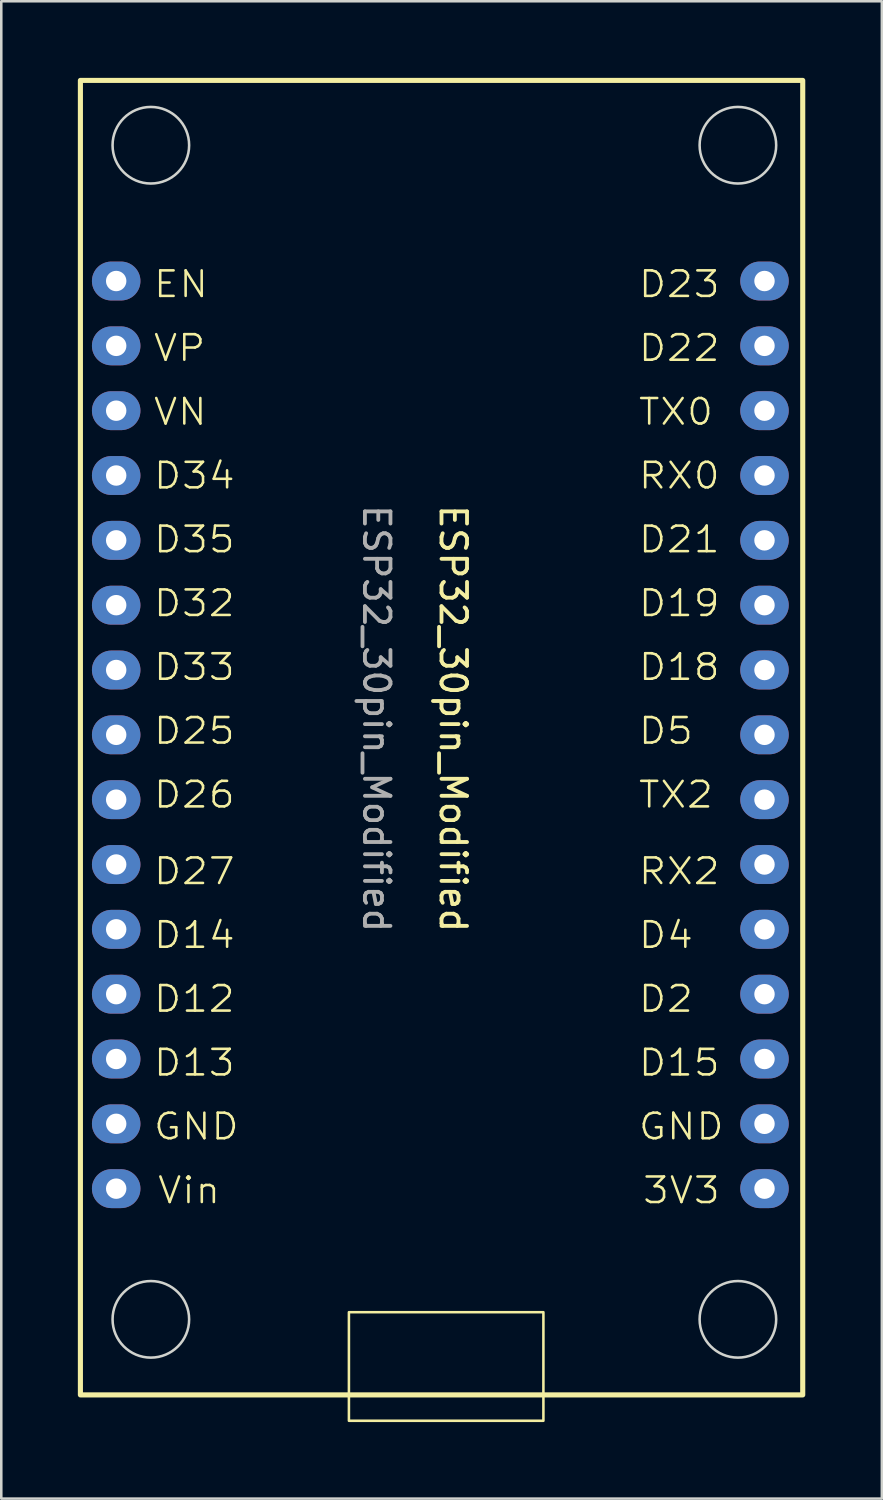
<source format=kicad_pcb>
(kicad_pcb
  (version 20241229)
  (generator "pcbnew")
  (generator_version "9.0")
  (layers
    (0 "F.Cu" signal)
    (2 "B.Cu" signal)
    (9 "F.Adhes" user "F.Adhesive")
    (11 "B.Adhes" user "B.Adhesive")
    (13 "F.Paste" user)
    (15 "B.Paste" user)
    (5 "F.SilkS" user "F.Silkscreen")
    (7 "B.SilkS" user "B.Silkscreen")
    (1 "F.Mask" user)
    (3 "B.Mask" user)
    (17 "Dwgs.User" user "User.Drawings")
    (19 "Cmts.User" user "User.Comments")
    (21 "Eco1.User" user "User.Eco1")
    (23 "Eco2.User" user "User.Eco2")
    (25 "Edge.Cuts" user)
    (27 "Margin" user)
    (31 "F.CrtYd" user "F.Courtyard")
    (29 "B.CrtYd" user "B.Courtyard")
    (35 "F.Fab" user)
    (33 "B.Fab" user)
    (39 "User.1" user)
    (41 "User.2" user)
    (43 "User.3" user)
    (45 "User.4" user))
  (footprint "ESP32_30pin_Modified"
    (layer "F.Cu")
    (at 13.9 25.67)
    (property "Reference" "ESP32_30pin_Modified" (at 0.802 -0.565 270) (unlocked yes) (layer "F.SilkS") (effects (font (size 1 1) (thickness 0.15))))
    (fp_rect (start -13.8 -25.57) (end 14.5 25.93) (stroke (width 0.2) (type default)) (fill no) (layer "F.SilkS"))
    (fp_rect (start -3.28 22.69) (end 4.34 26.944) (stroke (width 0.1) (type default)) (fill no) (layer "F.SilkS"))
    (fp_circle (center -11.04 -23.03) (end -11.04 -21.53) (stroke (width 0.1) (type default)) (fill no) (layer "Edge.Cuts"))
    (fp_circle (center -11.04 22.97) (end -11.04 24.47) (stroke (width 0.1) (type default)) (fill no) (layer "Edge.Cuts"))
    (fp_circle (center 11.96 -23.03) (end 11.96 -21.53) (stroke (width 0.1) (type default)) (fill no) (layer "Edge.Cuts"))
    (fp_circle (center 11.96 22.97) (end 11.96 24.47) (stroke (width 0.1) (type default)) (fill no) (layer "Edge.Cuts"))
    (fp_text user "D23" (at 8 -17 0) (unlocked yes) (layer "F.SilkS") (effects (font (size 1 1.1) (thickness 0.1)) (justify left bottom)))
    (fp_text user "VP" (at -11 -14.5 0) (unlocked yes) (layer "F.SilkS") (effects (font (size 1 1.1) (thickness 0.1)) (justify left bottom)))
    (fp_text user "D32" (at -11 -4.5 0) (unlocked yes) (layer "F.SilkS") (effects (font (size 1 1.1) (thickness 0.1)) (justify left bottom)))
    (fp_text user "D35" (at -11 -7 0) (unlocked yes) (layer "F.SilkS") (effects (font (size 1 1.1) (thickness 0.1)) (justify left bottom)))
    (fp_text user "D21" (at 8 -7 0) (unlocked yes) (layer "F.SilkS") (effects (font (size 1 1.1) (thickness 0.1)) (justify left bottom)))
    (fp_text user "D14" (at -11 8.5 0) (unlocked yes) (layer "F.SilkS") (effects (font (size 1 1.1) (thickness 0.1)) (justify left bottom)))
    (fp_text user "RX0" (at 8 -9.5 0) (unlocked yes) (layer "F.SilkS") (effects (font (size 1 1.1) (thickness 0.1)) (justify left bottom)))
    (fp_text user "D25" (at -11 0.5 0) (unlocked yes) (layer "F.SilkS") (effects (font (size 1 1.1) (thickness 0.1)) (justify left bottom)))
    (fp_text user "D5" (at 8 0.5 0) (unlocked yes) (layer "F.SilkS") (effects (font (size 1 1.1) (thickness 0.1)) (justify left bottom)))
    (fp_text user "D26" (at -11 3 0) (unlocked yes) (layer "F.SilkS") (effects (font (size 1 1.1) (thickness 0.1)) (justify left bottom)))
    (fp_text user "D27" (at -11 6 0) (unlocked yes) (layer "F.SilkS") (effects (font (size 1 1.1) (thickness 0.1)) (justify left bottom)))
    (fp_text user "D12" (at -11 11 0) (unlocked yes) (layer "F.SilkS") (effects (font (size 1 1.1) (thickness 0.1)) (justify left bottom)))
    (fp_text user "Vin" (at -10.838 18.5 0) (unlocked yes) (layer "F.SilkS") (effects (font (size 1 1.1) (thickness 0.1)) (justify left bottom)))
    (fp_text user "D2" (at 8 11 0) (unlocked yes) (layer "F.SilkS") (effects (font (size 1 1.1) (thickness 0.1)) (justify left bottom)))
    (fp_text user "D4" (at 8 8.5 0) (unlocked yes) (layer "F.SilkS") (effects (font (size 1 1.1) (thickness 0.1)) (justify left bottom)))
    (fp_text user "VN" (at -11 -12 0) (unlocked yes) (layer "F.SilkS") (effects (font (size 1 1.1) (thickness 0.1)) (justify left bottom)))
    (fp_text user "RX2" (at 8 6 0) (unlocked yes) (layer "F.SilkS") (effects (font (size 1 1.1) (thickness 0.1)) (justify left bottom)))
    (fp_text user "D13" (at -11 13.5 0) (unlocked yes) (layer "F.SilkS") (effects (font (size 1 1.1) (thickness 0.1)) (justify left bottom)))
    (fp_text user "D33" (at -11 -2 0) (unlocked yes) (layer "F.SilkS") (effects (font (size 1 1.1) (thickness 0.1)) (justify left bottom)))
    (fp_text user "D34" (at -11 -9.5 0) (unlocked yes) (layer "F.SilkS") (effects (font (size 1 1.1) (thickness 0.1)) (justify left bottom)))
    (fp_text user "D15" (at 8 13.5 0) (unlocked yes) (layer "F.SilkS") (effects (font (size 1 1.1) (thickness 0.1)) (justify left bottom)))
    (fp_text user "D18" (at 8 -2 0) (unlocked yes) (layer "F.SilkS") (effects (font (size 1 1.1) (thickness 0.1)) (justify left bottom)))
    (fp_text user "GND" (at 8 16 0) (unlocked yes) (layer "F.SilkS") (effects (font (size 1 1.1) (thickness 0.1)) (justify left bottom)))
    (fp_text user "GND" (at -11 16 0) (unlocked yes) (layer "F.SilkS") (effects (font (size 1 1.1) (thickness 0.1)) (justify left bottom)))
    (fp_text user "3V3" (at 8.162 18.5 0) (unlocked yes) (layer "F.SilkS") (effects (font (size 1 1.1) (thickness 0.1)) (justify left bottom)))
    (fp_text user "TX2" (at 8 3 0) (unlocked yes) (layer "F.SilkS") (effects (font (size 1 1.1) (thickness 0.1)) (justify left bottom)))
    (fp_text user "EN" (at -11 -17 0) (unlocked yes) (layer "F.SilkS") (effects (font (size 1 1.1) (thickness 0.1)) (justify left bottom)))
    (fp_text user "D22" (at 8 -14.5 0) (unlocked yes) (layer "F.SilkS") (effects (font (size 1 1.1) (thickness 0.1)) (justify left bottom)))
    (fp_text user "D19" (at 8 -4.5 0) (unlocked yes) (layer "F.SilkS") (effects (font (size 1 1.1) (thickness 0.1)) (justify left bottom)))
    (fp_text user "TX0" (at 8 -12 0) (unlocked yes) (layer "F.SilkS") (effects (font (size 1 1.1) (thickness 0.1)) (justify left bottom)))
    (fp_text user "${REFERENCE}" (at -2.198 -0.565 270) (unlocked yes) (layer "F.Fab") (effects (font (size 1 1) (thickness 0.15))))
    (pad "1" thru_hole oval (at -12.398 17.85 270) (size 1.524 1.9) (drill 0.8) (layers "*.Cu" "*.Mask"))
    (pad "2" thru_hole oval (at -12.398 15.31 270) (size 1.524 1.9) (drill 0.8) (layers "*.Cu" "*.Mask"))
    (pad "3" thru_hole oval (at -12.398 12.77 270) (size 1.524 1.9) (drill 0.8) (layers "*.Cu" "*.Mask"))
    (pad "4" thru_hole oval (at -12.398 10.23 270) (size 1.524 1.9) (drill 0.8) (layers "*.Cu" "*.Mask"))
    (pad "5" thru_hole oval (at -12.398 7.69 270) (size 1.524 1.9) (drill 0.8) (layers "*.Cu" "*.Mask"))
    (pad "6" thru_hole oval (at -12.398 5.15 270) (size 1.524 1.9) (drill 0.8) (layers "*.Cu" "*.Mask"))
    (pad "7" thru_hole oval (at -12.398 2.61 270) (size 1.524 1.9) (drill 0.8) (layers "*.Cu" "*.Mask"))
    (pad "8" thru_hole oval (at -12.398 0.07 270) (size 1.524 1.9) (drill 0.8) (layers "*.Cu" "*.Mask"))
    (pad "9" thru_hole oval (at -12.398 -2.47 270) (size 1.524 1.9) (drill 0.8) (layers "*.Cu" "*.Mask"))
    (pad "10" thru_hole oval (at -12.398 -5.01 270) (size 1.524 1.9) (drill 0.8) (layers "*.Cu" "*.Mask"))
    (pad "11" thru_hole oval (at -12.398 -7.55 270) (size 1.524 1.9) (drill 0.8) (layers "*.Cu" "*.Mask"))
    (pad "12" thru_hole oval (at -12.398 -10.09 270) (size 1.524 1.9) (drill 0.8) (layers "*.Cu" "*.Mask"))
    (pad "13" thru_hole oval (at -12.398 -12.63 270) (size 1.524 1.9) (drill 0.8) (layers "*.Cu" "*.Mask"))
    (pad "14" thru_hole oval (at -12.398 -15.17 270) (size 1.524 1.9) (drill 0.8) (layers "*.Cu" "*.Mask"))
    (pad "15" thru_hole oval (at -12.398 -17.71 270) (size 1.524 1.9) (drill 0.8) (layers "*.Cu" "*.Mask"))
    (pad "16" thru_hole oval (at 13.002 17.85 270) (size 1.524 1.9) (drill 0.8) (layers "*.Cu" "*.Mask"))
    (pad "17" thru_hole oval (at 13.002 15.31 270) (size 1.524 1.9) (drill 0.8) (layers "*.Cu" "*.Mask"))
    (pad "18" thru_hole oval (at 13.002 12.77 270) (size 1.524 1.9) (drill 0.8) (layers "*.Cu" "*.Mask"))
    (pad "19" thru_hole oval (at 13.002 10.23 270) (size 1.524 1.9) (drill 0.8) (layers "*.Cu" "*.Mask"))
    (pad "20" thru_hole oval (at 13.002 7.69 270) (size 1.524 1.9) (drill 0.8) (layers "*.Cu" "*.Mask"))
    (pad "21" thru_hole oval (at 13.002 5.15 270) (size 1.524 1.9) (drill 0.8) (layers "*.Cu" "*.Mask"))
    (pad "22" thru_hole oval (at 13.002 2.61 270) (size 1.524 1.9) (drill 0.8) (layers "*.Cu" "*.Mask"))
    (pad "23" thru_hole oval (at 13.002 0.07 270) (size 1.524 1.9) (drill 0.8) (layers "*.Cu" "*.Mask"))
    (pad "24" thru_hole oval (at 13.002 -2.47 270) (size 1.524 1.9) (drill 0.8) (layers "*.Cu" "*.Mask"))
    (pad "25" thru_hole oval (at 13.002 -5.01 270) (size 1.524 1.9) (drill 0.8) (layers "*.Cu" "*.Mask"))
    (pad "26" thru_hole oval (at 13.002 -7.55 270) (size 1.524 1.9) (drill 0.8) (layers "*.Cu" "*.Mask"))
    (pad "27" thru_hole oval (at 13.002 -10.09 270) (size 1.524 1.9) (drill 0.8) (layers "*.Cu" "*.Mask"))
    (pad "28" thru_hole oval (at 13.002 -12.63 270) (size 1.524 1.9) (drill 0.8) (layers "*.Cu" "*.Mask"))
    (pad "29" thru_hole oval (at 13.002 -15.17 270) (size 1.524 1.9) (drill 0.8) (layers "*.Cu" "*.Mask"))
    (pad "30" thru_hole oval (at 13.002 -17.71 270) (size 1.524 1.9) (drill 0.8) (layers "*.Cu" "*.Mask")))
  (gr_rect
    (start -3 -3)
    (end 31.5 55.664)
    (stroke (width 0.1) (type default))
    (fill no)
    (layer "Edge.Cuts")))
</source>
